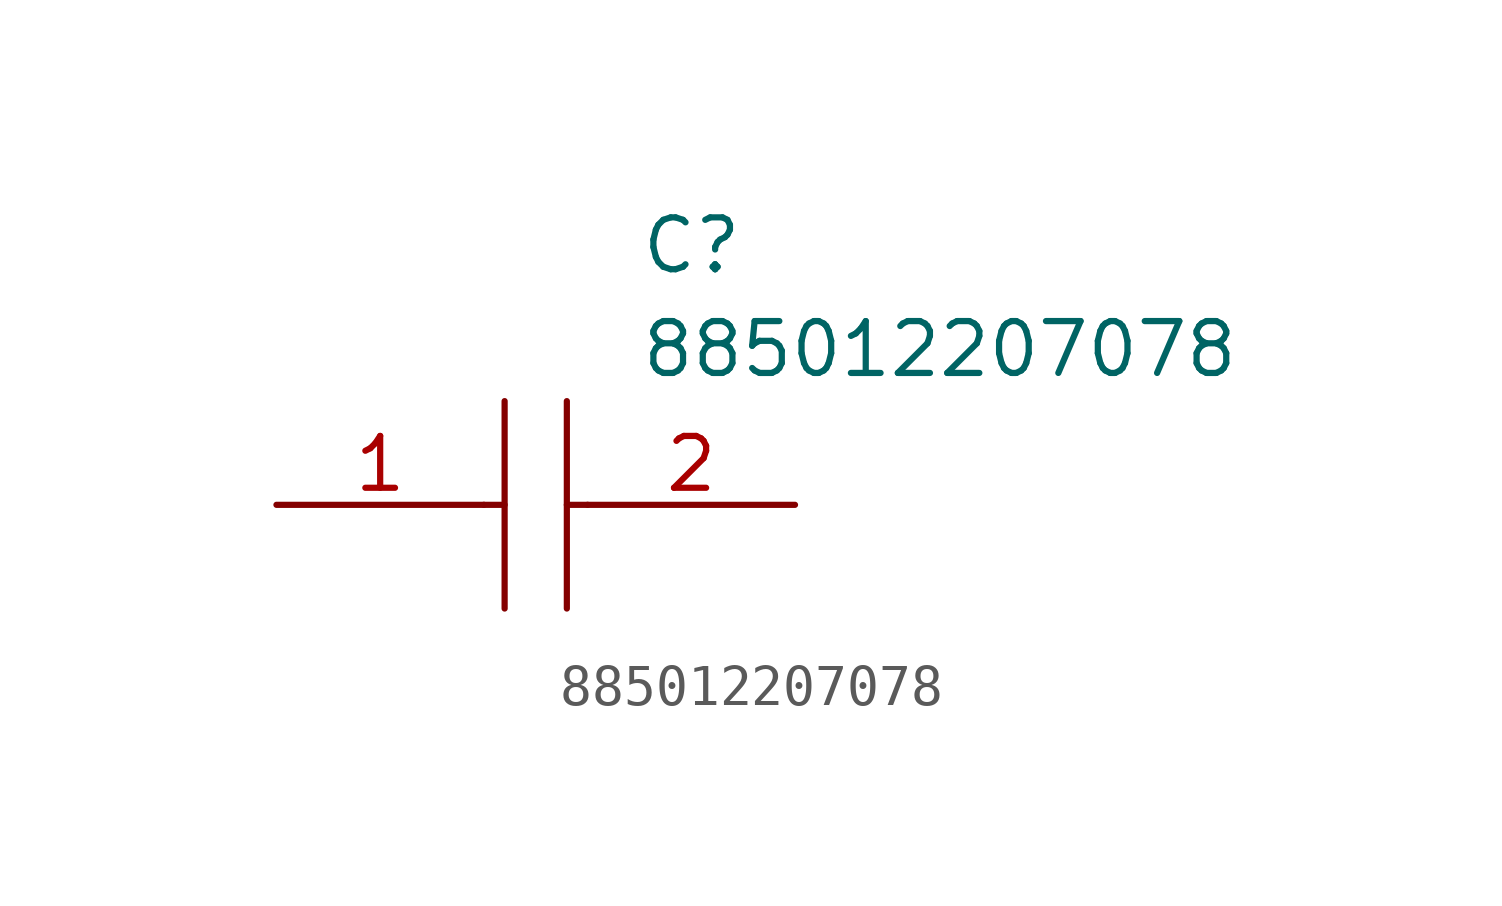
<source format=kicad_sym>
(kicad_symbol_lib
  (version 20211014)
  (generator kicad_symbol_editor)
  (symbol "885012207078"
    (pin_names
      (offset 0.762))
    (property "Reference" "C"
      (at 8.89 6.35 0)
      (effects (font (size 1.27 1.27)) (justify left)))
    (property "Value" "885012207078"
      (at 8.89 3.81 0)
      (effects (font (size 1.27 1.27)) (justify left)))
    (symbol "885012207078_0_0"
      (pin passive line (at 0 0 0) (length 5.08) (name "~" (effects (font (size 1.27 1.27)))) (number "1" (effects (font (size 1.27 1.27)))))
      (pin passive line (at 12.7 0 180) (length 5.08) (name "~" (effects (font (size 1.27 1.27)))) (number "2" (effects (font (size 1.27 1.27))))))
    (symbol "885012207078_0_1"
      (polyline (pts (xy 5.08 0) (xy 5.588 0)) (stroke (width 0.152) (type default) (color 0 0 0 0)) (fill (type background)))
      (polyline (pts (xy 5.588 2.54) (xy 5.588 -2.54)) (stroke (width 0.152) (type default) (color 0 0 0 0)) (fill (type background)))
      (polyline (pts (xy 7.112 0) (xy 7.62 0)) (stroke (width 0.152) (type default) (color 0 0 0 0)) (fill (type background)))
      (polyline (pts (xy 7.112 2.54) (xy 7.112 -2.54)) (stroke (width 0.152) (type default) (color 0 0 0 0)) (fill (type background))))))
</source>
